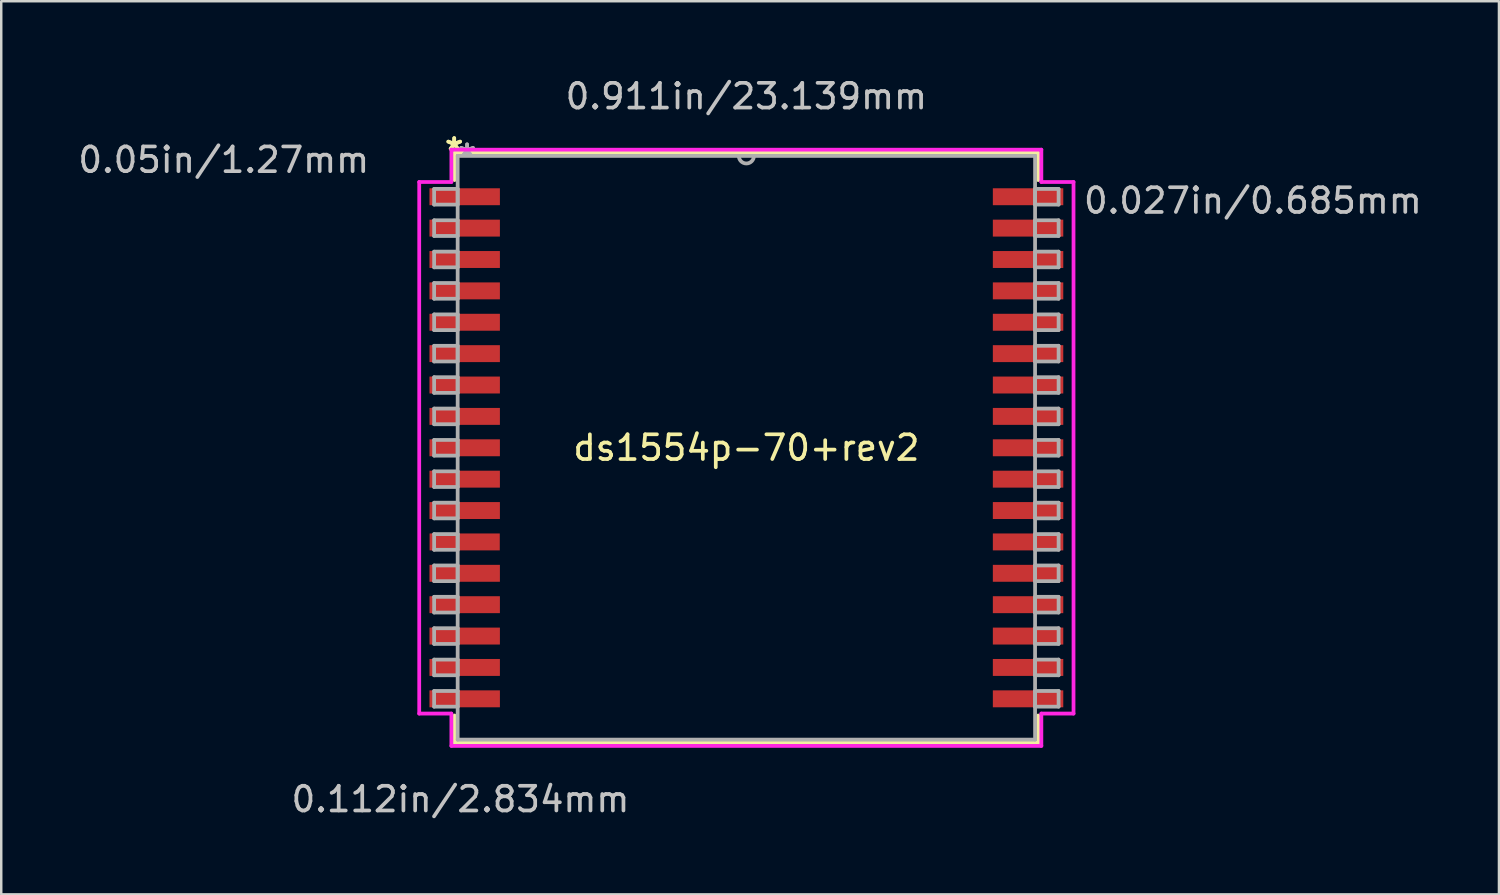
<source format=kicad_pcb>
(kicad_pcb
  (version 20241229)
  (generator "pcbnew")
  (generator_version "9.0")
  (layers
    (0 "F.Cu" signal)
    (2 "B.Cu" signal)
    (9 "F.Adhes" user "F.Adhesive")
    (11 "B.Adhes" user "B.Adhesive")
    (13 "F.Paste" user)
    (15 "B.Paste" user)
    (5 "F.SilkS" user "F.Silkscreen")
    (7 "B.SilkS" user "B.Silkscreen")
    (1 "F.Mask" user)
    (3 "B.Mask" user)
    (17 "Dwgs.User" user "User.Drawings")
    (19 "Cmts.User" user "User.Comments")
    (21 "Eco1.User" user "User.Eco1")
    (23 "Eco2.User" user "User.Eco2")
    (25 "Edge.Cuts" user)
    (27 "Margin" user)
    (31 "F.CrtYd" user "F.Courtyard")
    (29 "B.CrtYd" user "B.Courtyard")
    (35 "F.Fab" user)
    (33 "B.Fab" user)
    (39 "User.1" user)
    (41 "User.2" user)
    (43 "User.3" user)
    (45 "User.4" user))
  (footprint "ds1554p-70+rev2"
    (layer "F.Cu")
    (at 27.156 15.072)
    (property "Reference" "ds1554p-70+rev2" (at 0 0 0) (layer "F.SilkS") (effects (font (size 1 1) (thickness 0.15))))
    (attr through_hole)
    (fp_line (start -11.811 -11.938) (end -11.811 -10.835) (stroke (width 0.152) (type solid)) (layer "F.SilkS"))
    (fp_line (start -11.811 10.835) (end -11.811 11.938) (stroke (width 0.152) (type solid)) (layer "F.SilkS"))
    (fp_line (start -11.811 11.938) (end 11.811 11.938) (stroke (width 0.152) (type solid)) (layer "F.SilkS"))
    (fp_line (start 11.811 -11.938) (end -11.811 -11.938) (stroke (width 0.152) (type solid)) (layer "F.SilkS"))
    (fp_line (start 11.811 -10.835) (end 11.811 -11.938) (stroke (width 0.152) (type solid)) (layer "F.SilkS"))
    (fp_line (start 11.811 11.938) (end 11.811 10.835) (stroke (width 0.152) (type solid)) (layer "F.SilkS"))
    (fp_line (start -13.24 -10.757) (end -11.938 -10.757) (stroke (width 0.152) (type solid)) (layer "F.CrtYd"))
    (fp_line (start -13.24 10.757) (end -13.24 -10.757) (stroke (width 0.152) (type solid)) (layer "F.CrtYd"))
    (fp_line (start -11.938 -12.065) (end 11.938 -12.065) (stroke (width 0.152) (type solid)) (layer "F.CrtYd"))
    (fp_line (start -11.938 -10.757) (end -11.938 -12.065) (stroke (width 0.152) (type solid)) (layer "F.CrtYd"))
    (fp_line (start -11.938 10.757) (end -13.24 10.757) (stroke (width 0.152) (type solid)) (layer "F.CrtYd"))
    (fp_line (start -11.938 12.065) (end -11.938 10.757) (stroke (width 0.152) (type solid)) (layer "F.CrtYd"))
    (fp_line (start 11.938 -12.065) (end 11.938 -10.757) (stroke (width 0.152) (type solid)) (layer "F.CrtYd"))
    (fp_line (start 11.938 -10.757) (end 13.24 -10.757) (stroke (width 0.152) (type solid)) (layer "F.CrtYd"))
    (fp_line (start 11.938 10.757) (end 11.938 12.065) (stroke (width 0.152) (type solid)) (layer "F.CrtYd"))
    (fp_line (start 11.938 12.065) (end -11.938 12.065) (stroke (width 0.152) (type solid)) (layer "F.CrtYd"))
    (fp_line (start 13.24 -10.757) (end 13.24 10.757) (stroke (width 0.152) (type solid)) (layer "F.CrtYd"))
    (fp_line (start 13.24 10.757) (end 11.938 10.757) (stroke (width 0.152) (type solid)) (layer "F.CrtYd"))
    (fp_line (start -12.636 -10.477) (end -12.636 -9.842) (stroke (width 0.152) (type solid)) (layer "F.Fab"))
    (fp_line (start -12.636 -9.842) (end -11.684 -9.842) (stroke (width 0.152) (type solid)) (layer "F.Fab"))
    (fp_line (start -12.636 -9.207) (end -12.636 -8.572) (stroke (width 0.152) (type solid)) (layer "F.Fab"))
    (fp_line (start -12.636 -8.572) (end -11.684 -8.572) (stroke (width 0.152) (type solid)) (layer "F.Fab"))
    (fp_line (start -12.636 -7.938) (end -12.636 -7.303) (stroke (width 0.152) (type solid)) (layer "F.Fab"))
    (fp_line (start -12.636 -7.303) (end -11.684 -7.303) (stroke (width 0.152) (type solid)) (layer "F.Fab"))
    (fp_line (start -12.636 -6.668) (end -12.636 -6.032) (stroke (width 0.152) (type solid)) (layer "F.Fab"))
    (fp_line (start -12.636 -6.032) (end -11.684 -6.032) (stroke (width 0.152) (type solid)) (layer "F.Fab"))
    (fp_line (start -12.636 -5.397) (end -12.636 -4.763) (stroke (width 0.152) (type solid)) (layer "F.Fab"))
    (fp_line (start -12.636 -4.763) (end -11.684 -4.763) (stroke (width 0.152) (type solid)) (layer "F.Fab"))
    (fp_line (start -12.636 -4.128) (end -12.636 -3.493) (stroke (width 0.152) (type solid)) (layer "F.Fab"))
    (fp_line (start -12.636 -3.493) (end -11.684 -3.493) (stroke (width 0.152) (type solid)) (layer "F.Fab"))
    (fp_line (start -12.636 -2.857) (end -12.636 -2.223) (stroke (width 0.152) (type solid)) (layer "F.Fab"))
    (fp_line (start -12.636 -2.223) (end -11.684 -2.223) (stroke (width 0.152) (type solid)) (layer "F.Fab"))
    (fp_line (start -12.636 -1.587) (end -12.636 -0.953) (stroke (width 0.152) (type solid)) (layer "F.Fab"))
    (fp_line (start -12.636 -0.953) (end -11.684 -0.953) (stroke (width 0.152) (type solid)) (layer "F.Fab"))
    (fp_line (start -12.636 -0.318) (end -12.636 0.318) (stroke (width 0.152) (type solid)) (layer "F.Fab"))
    (fp_line (start -12.636 0.318) (end -11.684 0.318) (stroke (width 0.152) (type solid)) (layer "F.Fab"))
    (fp_line (start -12.636 0.953) (end -12.636 1.587) (stroke (width 0.152) (type solid)) (layer "F.Fab"))
    (fp_line (start -12.636 1.587) (end -11.684 1.587) (stroke (width 0.152) (type solid)) (layer "F.Fab"))
    (fp_line (start -12.636 2.223) (end -12.636 2.857) (stroke (width 0.152) (type solid)) (layer "F.Fab"))
    (fp_line (start -12.636 2.857) (end -11.684 2.857) (stroke (width 0.152) (type solid)) (layer "F.Fab"))
    (fp_line (start -12.636 3.493) (end -12.636 4.128) (stroke (width 0.152) (type solid)) (layer "F.Fab"))
    (fp_line (start -12.636 4.128) (end -11.684 4.128) (stroke (width 0.152) (type solid)) (layer "F.Fab"))
    (fp_line (start -12.636 4.763) (end -12.636 5.397) (stroke (width 0.152) (type solid)) (layer "F.Fab"))
    (fp_line (start -12.636 5.397) (end -11.684 5.397) (stroke (width 0.152) (type solid)) (layer "F.Fab"))
    (fp_line (start -12.636 6.032) (end -12.636 6.668) (stroke (width 0.152) (type solid)) (layer "F.Fab"))
    (fp_line (start -12.636 6.668) (end -11.684 6.668) (stroke (width 0.152) (type solid)) (layer "F.Fab"))
    (fp_line (start -12.636 7.303) (end -12.636 7.938) (stroke (width 0.152) (type solid)) (layer "F.Fab"))
    (fp_line (start -12.636 7.938) (end -11.684 7.938) (stroke (width 0.152) (type solid)) (layer "F.Fab"))
    (fp_line (start -12.636 8.572) (end -12.636 9.207) (stroke (width 0.152) (type solid)) (layer "F.Fab"))
    (fp_line (start -12.636 9.207) (end -11.684 9.207) (stroke (width 0.152) (type solid)) (layer "F.Fab"))
    (fp_line (start -12.636 9.842) (end -12.636 10.477) (stroke (width 0.152) (type solid)) (layer "F.Fab"))
    (fp_line (start -12.636 10.477) (end -11.684 10.477) (stroke (width 0.152) (type solid)) (layer "F.Fab"))
    (fp_line (start -11.684 -11.811) (end -11.684 11.811) (stroke (width 0.152) (type solid)) (layer "F.Fab"))
    (fp_line (start -11.684 -10.477) (end -12.636 -10.477) (stroke (width 0.152) (type solid)) (layer "F.Fab"))
    (fp_line (start -11.684 -9.842) (end -11.684 -10.477) (stroke (width 0.152) (type solid)) (layer "F.Fab"))
    (fp_line (start -11.684 -9.207) (end -12.636 -9.207) (stroke (width 0.152) (type solid)) (layer "F.Fab"))
    (fp_line (start -11.684 -8.572) (end -11.684 -9.207) (stroke (width 0.152) (type solid)) (layer "F.Fab"))
    (fp_line (start -11.684 -7.938) (end -12.636 -7.938) (stroke (width 0.152) (type solid)) (layer "F.Fab"))
    (fp_line (start -11.684 -7.303) (end -11.684 -7.938) (stroke (width 0.152) (type solid)) (layer "F.Fab"))
    (fp_line (start -11.684 -6.668) (end -12.636 -6.668) (stroke (width 0.152) (type solid)) (layer "F.Fab"))
    (fp_line (start -11.684 -6.032) (end -11.684 -6.668) (stroke (width 0.152) (type solid)) (layer "F.Fab"))
    (fp_line (start -11.684 -5.397) (end -12.636 -5.397) (stroke (width 0.152) (type solid)) (layer "F.Fab"))
    (fp_line (start -11.684 -4.763) (end -11.684 -5.397) (stroke (width 0.152) (type solid)) (layer "F.Fab"))
    (fp_line (start -11.684 -4.128) (end -12.636 -4.128) (stroke (width 0.152) (type solid)) (layer "F.Fab"))
    (fp_line (start -11.684 -3.493) (end -11.684 -4.128) (stroke (width 0.152) (type solid)) (layer "F.Fab"))
    (fp_line (start -11.684 -2.857) (end -12.636 -2.857) (stroke (width 0.152) (type solid)) (layer "F.Fab"))
    (fp_line (start -11.684 -2.223) (end -11.684 -2.857) (stroke (width 0.152) (type solid)) (layer "F.Fab"))
    (fp_line (start -11.684 -1.587) (end -12.636 -1.587) (stroke (width 0.152) (type solid)) (layer "F.Fab"))
    (fp_line (start -11.684 -0.953) (end -11.684 -1.587) (stroke (width 0.152) (type solid)) (layer "F.Fab"))
    (fp_line (start -11.684 -0.318) (end -12.636 -0.318) (stroke (width 0.152) (type solid)) (layer "F.Fab"))
    (fp_line (start -11.684 0.318) (end -11.684 -0.318) (stroke (width 0.152) (type solid)) (layer "F.Fab"))
    (fp_line (start -11.684 0.953) (end -12.636 0.953) (stroke (width 0.152) (type solid)) (layer "F.Fab"))
    (fp_line (start -11.684 1.587) (end -11.684 0.953) (stroke (width 0.152) (type solid)) (layer "F.Fab"))
    (fp_line (start -11.684 2.223) (end -12.636 2.223) (stroke (width 0.152) (type solid)) (layer "F.Fab"))
    (fp_line (start -11.684 2.857) (end -11.684 2.223) (stroke (width 0.152) (type solid)) (layer "F.Fab"))
    (fp_line (start -11.684 3.493) (end -12.636 3.493) (stroke (width 0.152) (type solid)) (layer "F.Fab"))
    (fp_line (start -11.684 4.128) (end -11.684 3.493) (stroke (width 0.152) (type solid)) (layer "F.Fab"))
    (fp_line (start -11.684 4.763) (end -12.636 4.763) (stroke (width 0.152) (type solid)) (layer "F.Fab"))
    (fp_line (start -11.684 5.397) (end -11.684 4.763) (stroke (width 0.152) (type solid)) (layer "F.Fab"))
    (fp_line (start -11.684 6.032) (end -12.636 6.032) (stroke (width 0.152) (type solid)) (layer "F.Fab"))
    (fp_line (start -11.684 6.668) (end -11.684 6.032) (stroke (width 0.152) (type solid)) (layer "F.Fab"))
    (fp_line (start -11.684 7.303) (end -12.636 7.303) (stroke (width 0.152) (type solid)) (layer "F.Fab"))
    (fp_line (start -11.684 7.938) (end -11.684 7.303) (stroke (width 0.152) (type solid)) (layer "F.Fab"))
    (fp_line (start -11.684 8.572) (end -12.636 8.572) (stroke (width 0.152) (type solid)) (layer "F.Fab"))
    (fp_line (start -11.684 9.207) (end -11.684 8.572) (stroke (width 0.152) (type solid)) (layer "F.Fab"))
    (fp_line (start -11.684 9.842) (end -12.636 9.842) (stroke (width 0.152) (type solid)) (layer "F.Fab"))
    (fp_line (start -11.684 10.477) (end -11.684 9.842) (stroke (width 0.152) (type solid)) (layer "F.Fab"))
    (fp_line (start -11.684 11.811) (end 11.684 11.811) (stroke (width 0.152) (type solid)) (layer "F.Fab"))
    (fp_line (start 11.684 -11.811) (end -11.684 -11.811) (stroke (width 0.152) (type solid)) (layer "F.Fab"))
    (fp_line (start 11.684 -10.477) (end 11.684 -9.842) (stroke (width 0.152) (type solid)) (layer "F.Fab"))
    (fp_line (start 11.684 -9.842) (end 12.636 -9.842) (stroke (width 0.152) (type solid)) (layer "F.Fab"))
    (fp_line (start 11.684 -9.207) (end 11.684 -8.572) (stroke (width 0.152) (type solid)) (layer "F.Fab"))
    (fp_line (start 11.684 -8.572) (end 12.636 -8.572) (stroke (width 0.152) (type solid)) (layer "F.Fab"))
    (fp_line (start 11.684 -7.938) (end 11.684 -7.303) (stroke (width 0.152) (type solid)) (layer "F.Fab"))
    (fp_line (start 11.684 -7.303) (end 12.636 -7.303) (stroke (width 0.152) (type solid)) (layer "F.Fab"))
    (fp_line (start 11.684 -6.668) (end 11.684 -6.032) (stroke (width 0.152) (type solid)) (layer "F.Fab"))
    (fp_line (start 11.684 -6.032) (end 12.636 -6.032) (stroke (width 0.152) (type solid)) (layer "F.Fab"))
    (fp_line (start 11.684 -5.397) (end 11.684 -4.763) (stroke (width 0.152) (type solid)) (layer "F.Fab"))
    (fp_line (start 11.684 -4.763) (end 12.636 -4.763) (stroke (width 0.152) (type solid)) (layer "F.Fab"))
    (fp_line (start 11.684 -4.128) (end 11.684 -3.493) (stroke (width 0.152) (type solid)) (layer "F.Fab"))
    (fp_line (start 11.684 -3.493) (end 12.636 -3.493) (stroke (width 0.152) (type solid)) (layer "F.Fab"))
    (fp_line (start 11.684 -2.857) (end 11.684 -2.223) (stroke (width 0.152) (type solid)) (layer "F.Fab"))
    (fp_line (start 11.684 -2.223) (end 12.636 -2.223) (stroke (width 0.152) (type solid)) (layer "F.Fab"))
    (fp_line (start 11.684 -1.587) (end 11.684 -0.953) (stroke (width 0.152) (type solid)) (layer "F.Fab"))
    (fp_line (start 11.684 -0.953) (end 12.636 -0.953) (stroke (width 0.152) (type solid)) (layer "F.Fab"))
    (fp_line (start 11.684 -0.318) (end 11.684 0.318) (stroke (width 0.152) (type solid)) (layer "F.Fab"))
    (fp_line (start 11.684 0.318) (end 12.636 0.318) (stroke (width 0.152) (type solid)) (layer "F.Fab"))
    (fp_line (start 11.684 0.953) (end 11.684 1.587) (stroke (width 0.152) (type solid)) (layer "F.Fab"))
    (fp_line (start 11.684 1.587) (end 12.636 1.587) (stroke (width 0.152) (type solid)) (layer "F.Fab"))
    (fp_line (start 11.684 2.223) (end 11.684 2.857) (stroke (width 0.152) (type solid)) (layer "F.Fab"))
    (fp_line (start 11.684 2.857) (end 12.636 2.857) (stroke (width 0.152) (type solid)) (layer "F.Fab"))
    (fp_line (start 11.684 3.493) (end 11.684 4.128) (stroke (width 0.152) (type solid)) (layer "F.Fab"))
    (fp_line (start 11.684 4.128) (end 12.636 4.128) (stroke (width 0.152) (type solid)) (layer "F.Fab"))
    (fp_line (start 11.684 4.763) (end 11.684 5.397) (stroke (width 0.152) (type solid)) (layer "F.Fab"))
    (fp_line (start 11.684 5.397) (end 12.636 5.397) (stroke (width 0.152) (type solid)) (layer "F.Fab"))
    (fp_line (start 11.684 6.032) (end 11.684 6.668) (stroke (width 0.152) (type solid)) (layer "F.Fab"))
    (fp_line (start 11.684 6.668) (end 12.636 6.668) (stroke (width 0.152) (type solid)) (layer "F.Fab"))
    (fp_line (start 11.684 7.303) (end 11.684 7.938) (stroke (width 0.152) (type solid)) (layer "F.Fab"))
    (fp_line (start 11.684 7.938) (end 12.636 7.938) (stroke (width 0.152) (type solid)) (layer "F.Fab"))
    (fp_line (start 11.684 8.572) (end 11.684 9.207) (stroke (width 0.152) (type solid)) (layer "F.Fab"))
    (fp_line (start 11.684 9.207) (end 12.636 9.207) (stroke (width 0.152) (type solid)) (layer "F.Fab"))
    (fp_line (start 11.684 9.842) (end 11.684 10.477) (stroke (width 0.152) (type solid)) (layer "F.Fab"))
    (fp_line (start 11.684 10.477) (end 12.636 10.477) (stroke (width 0.152) (type solid)) (layer "F.Fab"))
    (fp_line (start 11.684 11.811) (end 11.684 -11.811) (stroke (width 0.152) (type solid)) (layer "F.Fab"))
    (fp_line (start 12.636 -10.477) (end 11.684 -10.477) (stroke (width 0.152) (type solid)) (layer "F.Fab"))
    (fp_line (start 12.636 -9.842) (end 12.636 -10.477) (stroke (width 0.152) (type solid)) (layer "F.Fab"))
    (fp_line (start 12.636 -9.207) (end 11.684 -9.207) (stroke (width 0.152) (type solid)) (layer "F.Fab"))
    (fp_line (start 12.636 -8.572) (end 12.636 -9.207) (stroke (width 0.152) (type solid)) (layer "F.Fab"))
    (fp_line (start 12.636 -7.938) (end 11.684 -7.938) (stroke (width 0.152) (type solid)) (layer "F.Fab"))
    (fp_line (start 12.636 -7.303) (end 12.636 -7.938) (stroke (width 0.152) (type solid)) (layer "F.Fab"))
    (fp_line (start 12.636 -6.668) (end 11.684 -6.668) (stroke (width 0.152) (type solid)) (layer "F.Fab"))
    (fp_line (start 12.636 -6.032) (end 12.636 -6.668) (stroke (width 0.152) (type solid)) (layer "F.Fab"))
    (fp_line (start 12.636 -5.397) (end 11.684 -5.397) (stroke (width 0.152) (type solid)) (layer "F.Fab"))
    (fp_line (start 12.636 -4.763) (end 12.636 -5.397) (stroke (width 0.152) (type solid)) (layer "F.Fab"))
    (fp_line (start 12.636 -4.128) (end 11.684 -4.128) (stroke (width 0.152) (type solid)) (layer "F.Fab"))
    (fp_line (start 12.636 -3.493) (end 12.636 -4.128) (stroke (width 0.152) (type solid)) (layer "F.Fab"))
    (fp_line (start 12.636 -2.857) (end 11.684 -2.857) (stroke (width 0.152) (type solid)) (layer "F.Fab"))
    (fp_line (start 12.636 -2.223) (end 12.636 -2.857) (stroke (width 0.152) (type solid)) (layer "F.Fab"))
    (fp_line (start 12.636 -1.587) (end 11.684 -1.587) (stroke (width 0.152) (type solid)) (layer "F.Fab"))
    (fp_line (start 12.636 -0.953) (end 12.636 -1.587) (stroke (width 0.152) (type solid)) (layer "F.Fab"))
    (fp_line (start 12.636 -0.318) (end 11.684 -0.318) (stroke (width 0.152) (type solid)) (layer "F.Fab"))
    (fp_line (start 12.636 0.318) (end 12.636 -0.318) (stroke (width 0.152) (type solid)) (layer "F.Fab"))
    (fp_line (start 12.636 0.953) (end 11.684 0.953) (stroke (width 0.152) (type solid)) (layer "F.Fab"))
    (fp_line (start 12.636 1.587) (end 12.636 0.953) (stroke (width 0.152) (type solid)) (layer "F.Fab"))
    (fp_line (start 12.636 2.223) (end 11.684 2.223) (stroke (width 0.152) (type solid)) (layer "F.Fab"))
    (fp_line (start 12.636 2.857) (end 12.636 2.223) (stroke (width 0.152) (type solid)) (layer "F.Fab"))
    (fp_line (start 12.636 3.493) (end 11.684 3.493) (stroke (width 0.152) (type solid)) (layer "F.Fab"))
    (fp_line (start 12.636 4.128) (end 12.636 3.493) (stroke (width 0.152) (type solid)) (layer "F.Fab"))
    (fp_line (start 12.636 4.763) (end 11.684 4.763) (stroke (width 0.152) (type solid)) (layer "F.Fab"))
    (fp_line (start 12.636 5.397) (end 12.636 4.763) (stroke (width 0.152) (type solid)) (layer "F.Fab"))
    (fp_line (start 12.636 6.032) (end 11.684 6.032) (stroke (width 0.152) (type solid)) (layer "F.Fab"))
    (fp_line (start 12.636 6.668) (end 12.636 6.032) (stroke (width 0.152) (type solid)) (layer "F.Fab"))
    (fp_line (start 12.636 7.303) (end 11.684 7.303) (stroke (width 0.152) (type solid)) (layer "F.Fab"))
    (fp_line (start 12.636 7.938) (end 12.636 7.303) (stroke (width 0.152) (type solid)) (layer "F.Fab"))
    (fp_line (start 12.636 8.572) (end 11.684 8.572) (stroke (width 0.152) (type solid)) (layer "F.Fab"))
    (fp_line (start 12.636 9.207) (end 12.636 8.572) (stroke (width 0.152) (type solid)) (layer "F.Fab"))
    (fp_line (start 12.636 9.842) (end 11.684 9.842) (stroke (width 0.152) (type solid)) (layer "F.Fab"))
    (fp_line (start 12.636 10.477) (end 12.636 9.842) (stroke (width 0.152) (type solid)) (layer "F.Fab"))
    (fp_arc (start 0.3048 -11.811) (mid 0 -11.5062) (end -0.3048 -11.811) (stroke (width 0.1524) (type solid)) (layer "F.Fab"))
    (fp_text user "*" (at -11.824 -11.988 0) (layer "F.SilkS") (effects (font (size 1 1) (thickness 0.15))))
    (fp_text user "*" (at -11.824 -11.988 0) (layer "F.SilkS") (effects (font (size 1 1) (thickness 0.15))))
    (fp_text user "0.05in/1.27mm" (at -21.15 -11.65 0) (layer "Dwgs.User") (effects (font (size 1 1) (thickness 0.15))))
    (fp_text user "0.027in/0.685mm" (at 20.5 -10 0) (layer "Dwgs.User") (effects (font (size 1 1) (thickness 0.15))))
    (fp_text user "0.112in/2.834mm" (at -11.57 14.224 0) (layer "Dwgs.User") (effects (font (size 1 1) (thickness 0.15))))
    (fp_text user "0.911in/23.139mm" (at 0 -14.224 0) (layer "Dwgs.User") (effects (font (size 1 1) (thickness 0.15))))
    (fp_text user "Copyright 2016 Accelerated Designs. All rights reserved." (at 0 0 0) (layer "Cmts.User") (effects (font (size 0.127 0.127) (thickness 0.002))))
    (fp_text user "*" (at -11.303 -11.735 0) (layer "F.Fab") (effects (font (size 1 1) (thickness 0.15))))
    (fp_text user "*" (at -11.303 -11.735 0) (layer "F.Fab") (effects (font (size 1 1) (thickness 0.15))))
    (pad "1" smd rect (at -11.4 -10.16) (size 2.85 0.685) (layers "F.Cu" "F.Mask" "F.Paste"))
    (pad "2" smd rect (at -11.4 -8.89) (size 2.85 0.685) (layers "F.Cu" "F.Mask" "F.Paste"))
    (pad "3" smd rect (at -11.4 -7.62) (size 2.85 0.685) (layers "F.Cu" "F.Mask" "F.Paste"))
    (pad "4" smd rect (at -11.4 -6.35) (size 2.85 0.685) (layers "F.Cu" "F.Mask" "F.Paste"))
    (pad "5" smd rect (at -11.4 -5.08) (size 2.85 0.685) (layers "F.Cu" "F.Mask" "F.Paste"))
    (pad "6" smd rect (at -11.4 -3.81) (size 2.85 0.685) (layers "F.Cu" "F.Mask" "F.Paste"))
    (pad "7" smd rect (at -11.4 -2.54) (size 2.85 0.685) (layers "F.Cu" "F.Mask" "F.Paste"))
    (pad "8" smd rect (at -11.4 -1.27) (size 2.85 0.685) (layers "F.Cu" "F.Mask" "F.Paste"))
    (pad "9" smd rect (at -11.4 0) (size 2.85 0.685) (layers "F.Cu" "F.Mask" "F.Paste"))
    (pad "10" smd rect (at -11.4 1.27) (size 2.85 0.685) (layers "F.Cu" "F.Mask" "F.Paste"))
    (pad "11" smd rect (at -11.4 2.54) (size 2.85 0.685) (layers "F.Cu" "F.Mask" "F.Paste"))
    (pad "12" smd rect (at -11.4 3.81) (size 2.84 0.685) (layers "F.Cu" "F.Mask" "F.Paste"))
    (pad "13" smd rect (at -11.4 5.08) (size 2.85 0.685) (layers "F.Cu" "F.Mask" "F.Paste"))
    (pad "14" smd rect (at -11.4 6.35) (size 2.85 0.685) (layers "F.Cu" "F.Mask" "F.Paste"))
    (pad "15" smd rect (at -11.4 7.62) (size 2.85 0.685) (layers "F.Cu" "F.Mask" "F.Paste"))
    (pad "16" smd rect (at -11.4 8.89) (size 2.85 0.685) (layers "F.Cu" "F.Mask" "F.Paste"))
    (pad "17" smd rect (at -11.4 10.16) (size 2.85 0.685) (layers "F.Cu" "F.Mask" "F.Paste"))
    (pad "18" smd rect (at 11.4 10.16) (size 2.85 0.685) (layers "F.Cu" "F.Mask" "F.Paste"))
    (pad "19" smd rect (at 11.4 8.89) (size 2.85 0.685) (layers "F.Cu" "F.Mask" "F.Paste"))
    (pad "20" smd rect (at 11.4 7.62) (size 2.85 0.685) (layers "F.Cu" "F.Mask" "F.Paste"))
    (pad "21" smd rect (at 11.4 6.35) (size 2.85 0.685) (layers "F.Cu" "F.Mask" "F.Paste"))
    (pad "22" smd rect (at 11.4 5.08) (size 2.85 0.685) (layers "F.Cu" "F.Mask" "F.Paste"))
    (pad "23" smd rect (at 11.4 3.81) (size 2.85 0.685) (layers "F.Cu" "F.Mask" "F.Paste"))
    (pad "24" smd rect (at 11.4 2.54) (size 2.85 0.685) (layers "F.Cu" "F.Mask" "F.Paste"))
    (pad "25" smd rect (at 11.4 1.27) (size 2.85 0.685) (layers "F.Cu" "F.Mask" "F.Paste"))
    (pad "26" smd rect (at 11.4 0) (size 2.85 0.685) (layers "F.Cu" "F.Mask" "F.Paste"))
    (pad "27" smd rect (at 11.4 -1.27) (size 2.85 0.685) (layers "F.Cu" "F.Mask" "F.Paste"))
    (pad "28" smd rect (at 11.4 -2.54) (size 2.85 0.685) (layers "F.Cu" "F.Mask" "F.Paste"))
    (pad "29" smd rect (at 11.4 -3.81) (size 2.85 0.685) (layers "F.Cu" "F.Mask" "F.Paste"))
    (pad "30" smd rect (at 11.4 -5.08) (size 2.85 0.685) (layers "F.Cu" "F.Mask" "F.Paste"))
    (pad "31" smd rect (at 11.4 -6.35) (size 2.85 0.685) (layers "F.Cu" "F.Mask" "F.Paste"))
    (pad "32" smd rect (at 11.4 -7.62) (size 2.85 0.685) (layers "F.Cu" "F.Mask" "F.Paste"))
    (pad "33" smd rect (at 11.4 -8.89) (size 2.85 0.685) (layers "F.Cu" "F.Mask" "F.Paste"))
    (pad "34" smd rect (at 11.4 -10.16) (size 2.85 0.685) (layers "F.Cu" "F.Mask" "F.Paste")))
  (gr_rect
    (start -3 -3)
    (end 57.614 33.145)
    (stroke (width 0.1) (type default))
    (fill no)
    (layer "Edge.Cuts")))
</source>
